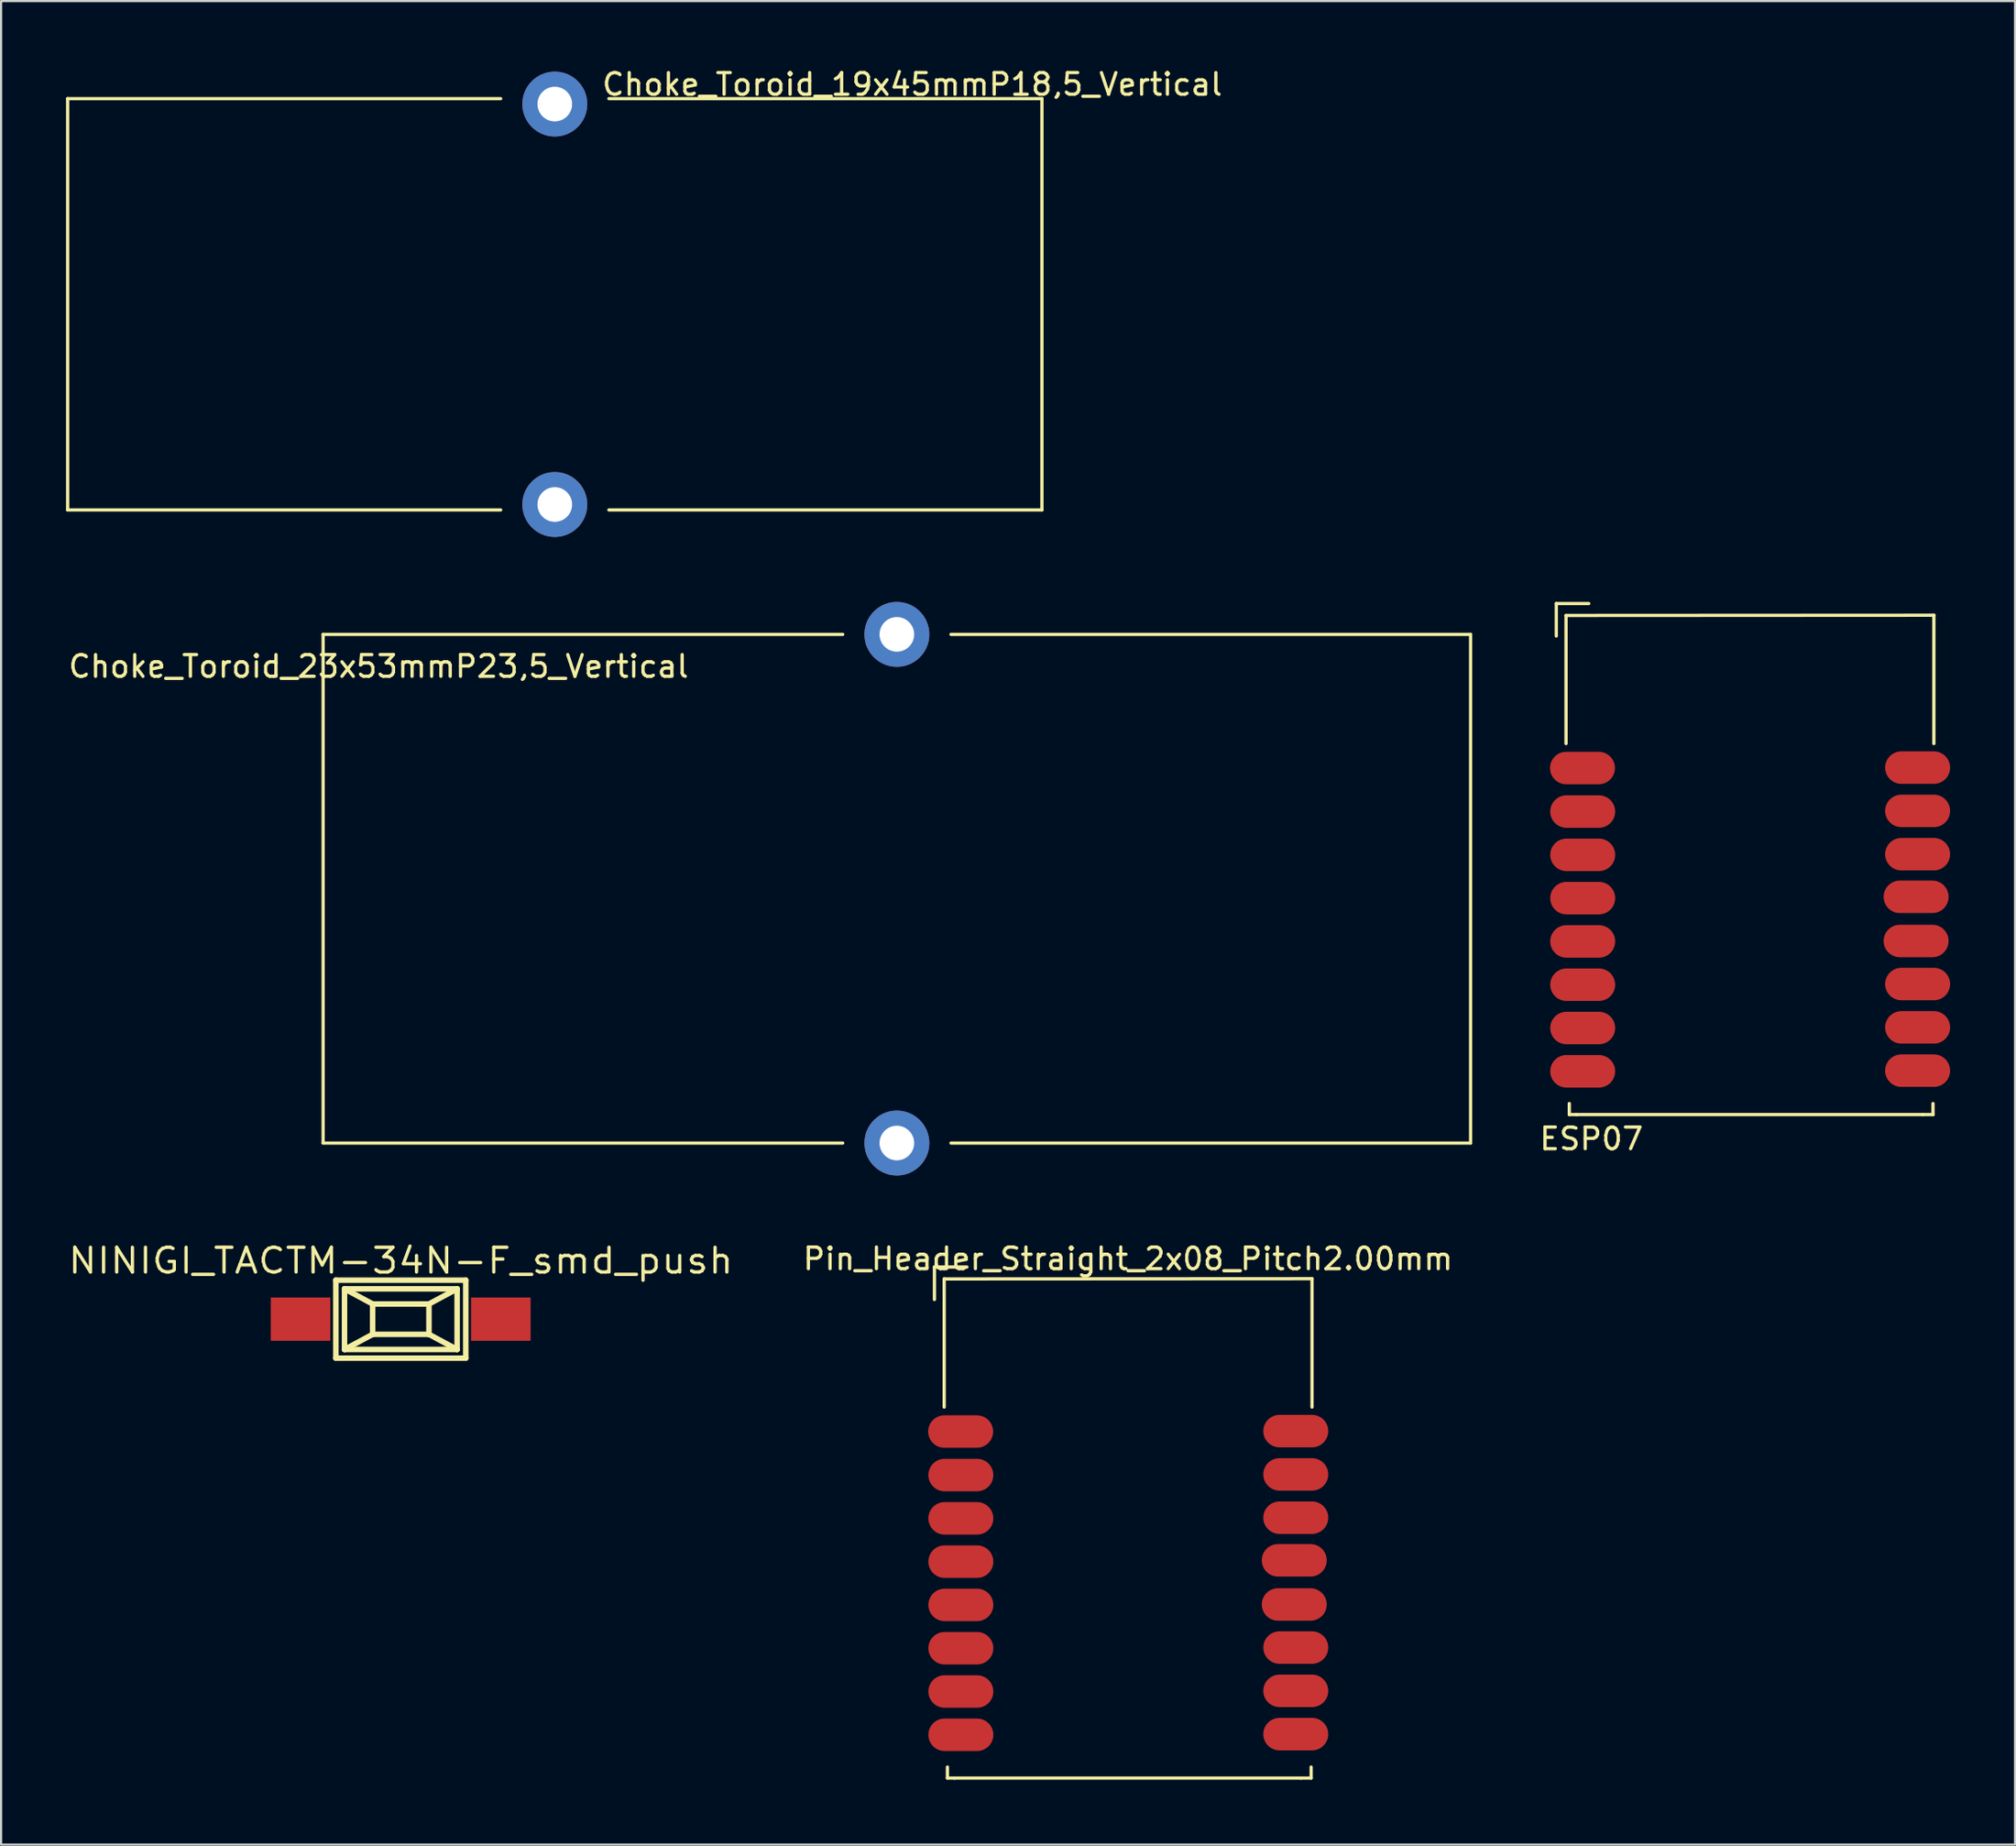
<source format=kicad_pcb>
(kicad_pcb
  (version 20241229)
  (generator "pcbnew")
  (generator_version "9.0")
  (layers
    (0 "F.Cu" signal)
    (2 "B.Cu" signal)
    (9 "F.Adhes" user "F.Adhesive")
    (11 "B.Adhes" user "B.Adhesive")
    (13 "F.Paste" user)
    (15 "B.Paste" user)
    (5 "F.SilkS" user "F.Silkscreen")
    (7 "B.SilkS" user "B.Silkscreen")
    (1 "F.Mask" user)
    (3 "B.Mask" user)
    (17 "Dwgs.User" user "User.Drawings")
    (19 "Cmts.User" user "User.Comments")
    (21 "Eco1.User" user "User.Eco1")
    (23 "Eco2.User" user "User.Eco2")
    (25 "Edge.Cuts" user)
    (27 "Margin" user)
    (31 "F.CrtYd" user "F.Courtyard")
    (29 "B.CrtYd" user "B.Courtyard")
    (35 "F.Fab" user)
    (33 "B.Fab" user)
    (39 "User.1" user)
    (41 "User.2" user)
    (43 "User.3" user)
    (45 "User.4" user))
  (footprint "Pin_Header_Straight_2x08_Pitch2.00mm"
    (layer "F.Cu")
    (at 49.04 67.416)
    (property "Reference" "Pin_Header_Straight_2x08_Pitch2.00mm" (at 0.01 -12.31 0) (layer "F.SilkS") (effects (font (size 1 1) (thickness 0.15))))
    (attr through_hole)
    (fp_line (start -8.93 -11.93) (end -7.43 -11.93) (stroke (width 0.15) (type solid)) (layer "F.SilkS"))
    (fp_line (start -8.93 -10.43) (end -8.93 -11.93) (stroke (width 0.15) (type solid)) (layer "F.SilkS"))
    (fp_line (start -8.48 -11.38) (end 8.51 -11.39) (stroke (width 0.15) (type solid)) (layer "F.SilkS"))
    (fp_line (start -8.48 -5.46) (end -8.48 -11.38) (stroke (width 0.15) (type solid)) (layer "F.SilkS"))
    (fp_line (start -8.33 11.68) (end -8.33 11.17) (stroke (width 0.15) (type solid)) (layer "F.SilkS"))
    (fp_line (start -8 11.68) (end -8.33 11.68) (stroke (width 0.15) (type solid)) (layer "F.SilkS"))
    (fp_line (start -8 11.68) (end 8 11.68) (stroke (width 0.15) (type solid)) (layer "F.SilkS"))
    (fp_line (start 8 11.68) (end 8.47 11.68) (stroke (width 0.15) (type solid)) (layer "F.SilkS"))
    (fp_line (start 8.47 11.68) (end 8.47 11.17) (stroke (width 0.15) (type solid)) (layer "F.SilkS"))
    (fp_line (start 8.51 -11.39) (end 8.51 -5.46) (stroke (width 0.15) (type solid)) (layer "F.SilkS"))
    (pad "1" connect oval (at -7.72 -4.33) (size 3 1.5) (layers "F.Cu" "F.Mask"))
    (pad "2" connect oval (at -7.71 -2.32) (size 3 1.5) (layers "F.Cu" "F.Mask"))
    (pad "3" connect oval (at -7.71 -0.32) (size 3 1.5) (layers "F.Cu" "F.Mask"))
    (pad "4" connect oval (at -7.71 1.68) (size 3 1.5) (layers "F.Cu" "F.Mask"))
    (pad "5" connect oval (at -7.71 3.68) (size 3 1.5) (layers "F.Cu" "F.Mask"))
    (pad "7" connect oval (at -7.71 7.68) (size 3 1.5) (layers "F.Cu" "F.Mask"))
    (pad "8" connect oval (at -7.71 5.68) (size 3 1.5) (layers "F.Cu" "F.Mask"))
    (pad "8" smd oval (at -7.71 9.68) (size 3 1.5) (layers "F.Cu" "F.Mask" "F.Paste"))
    (pad "9" connect oval (at 7.76 9.65) (size 3 1.5) (layers "F.Cu" "F.Mask"))
    (pad "10" connect oval (at 7.76 7.65) (size 3 1.5) (layers "F.Cu" "F.Mask"))
    (pad "11" connect oval (at 7.76 5.65) (size 3 1.5) (layers "F.Cu" "F.Mask"))
    (pad "12" connect oval (at 7.69 3.66) (size 3 1.5) (layers "F.Cu" "F.Mask"))
    (pad "13" connect oval (at 7.69 1.62) (size 3 1.5) (layers "F.Cu" "F.Mask"))
    (pad "14" connect oval (at 7.76 -0.35) (size 3 1.5) (layers "F.Cu" "F.Mask"))
    (pad "15" connect oval (at 7.76 -2.35) (size 3 1.5) (layers "F.Cu" "F.Mask"))
    (pad "16" connect oval (at 7.76 -4.35) (size 3 1.5) (layers "F.Cu" "F.Mask")))
  (footprint "Choke_Toroid_19x45mmP18,5_Vertical"
    (layer "F.Cu")
    (at 22.575 11.008)
    (property "Reference" "Choke_Toroid_19x45mmP18,5_Vertical" (at 16.51 -10.16 0) (layer "F.SilkS") (effects (font (size 1 1) (thickness 0.15))))
    (attr through_hole)
    (fp_line (start -22.5 -9.5) (end -22.5 9.5) (stroke (width 0.15) (type solid)) (layer "F.SilkS"))
    (fp_line (start -22.5 -9.5) (end -2.5 -9.5) (stroke (width 0.15) (type solid)) (layer "F.SilkS"))
    (fp_line (start -22.5 9.5) (end -2.5 9.5) (stroke (width 0.15) (type solid)) (layer "F.SilkS"))
    (fp_line (start 2.5 9.5) (end 22.5 9.5) (stroke (width 0.15) (type solid)) (layer "F.SilkS"))
    (fp_line (start 22.5 -9.5) (end 2.5 -9.5) (stroke (width 0.15) (type solid)) (layer "F.SilkS"))
    (fp_line (start 22.5 9.5) (end 22.5 -9.5) (stroke (width 0.15) (type solid)) (layer "F.SilkS"))
    (pad "1" thru_hole circle (at 0 9.25) (size 3 3) (drill 1.6) (layers "*.Cu" "*.Mask"))
    (pad "2" thru_hole circle (at 0 -9.25) (size 3 3) (drill 1.6) (layers "*.Cu" "*.Mask")))
  (footprint "NINIGI_TACTM-34N-F_smd_push"
    (layer "F.Cu")
    (at 15.463 57.894)
    (property "Reference" "NINIGI_TACTM-34N-F_smd_push" (at 0 -2.7 0) (layer "F.SilkS") (effects (font (size 1.143 1.27) (thickness 0.152))))
    (attr through_hole)
    (fp_line (start -3 -1.801) (end 3 -1.801) (stroke (width 0.254) (type solid)) (layer "F.SilkS"))
    (fp_line (start -3 1.801) (end -3 -1.801) (stroke (width 0.254) (type solid)) (layer "F.SilkS"))
    (fp_line (start -2.601 -1.4) (end -1.3 -0.701) (stroke (width 0.254) (type solid)) (layer "F.SilkS"))
    (fp_line (start -2.601 -1.4) (end 2.601 -1.4) (stroke (width 0.254) (type solid)) (layer "F.SilkS"))
    (fp_line (start -2.601 1.4) (end -2.601 -1.4) (stroke (width 0.254) (type solid)) (layer "F.SilkS"))
    (fp_line (start -1.3 -0.701) (end 1.3 -0.701) (stroke (width 0.254) (type solid)) (layer "F.SilkS"))
    (fp_line (start -1.3 0.701) (end -2.601 1.4) (stroke (width 0.254) (type solid)) (layer "F.SilkS"))
    (fp_line (start -1.3 0.701) (end -1.3 -0.701) (stroke (width 0.254) (type solid)) (layer "F.SilkS"))
    (fp_line (start 1.3 -0.701) (end 1.3 0.701) (stroke (width 0.254) (type solid)) (layer "F.SilkS"))
    (fp_line (start 1.3 -0.701) (end 2.601 -1.4) (stroke (width 0.254) (type solid)) (layer "F.SilkS"))
    (fp_line (start 1.3 0.701) (end -1.3 0.701) (stroke (width 0.254) (type solid)) (layer "F.SilkS"))
    (fp_line (start 1.3 0.701) (end 2.601 1.4) (stroke (width 0.254) (type solid)) (layer "F.SilkS"))
    (fp_line (start 2.601 -1.4) (end 2.601 1.4) (stroke (width 0.254) (type solid)) (layer "F.SilkS"))
    (fp_line (start 2.601 1.4) (end -2.601 1.4) (stroke (width 0.254) (type solid)) (layer "F.SilkS"))
    (fp_line (start 3 -1.801) (end 3 1.801) (stroke (width 0.254) (type solid)) (layer "F.SilkS"))
    (fp_line (start 3 1.801) (end -3 1.801) (stroke (width 0.254) (type solid)) (layer "F.SilkS"))
    (pad "1" smd rect (at -4.63 0) (size 2.75 2) (layers "F.Cu" "F.Mask" "F.Paste"))
    (pad "2" smd rect (at 4.62 0) (size 2.75 2) (layers "F.Cu" "F.Mask" "F.Paste")))
  (footprint "ESP07"
    (layer "F.Cu")
    (at 77.763 36.763)
    (property "Reference" "ESP07" (at -7.308 12.799 180) (layer "F.SilkS") (effects (font (size 1 1) (thickness 0.15))))
    (attr through_hole)
    (fp_line (start -8.93 -11.93) (end -7.43 -11.93) (stroke (width 0.15) (type solid)) (layer "F.SilkS"))
    (fp_line (start -8.93 -10.43) (end -8.93 -11.93) (stroke (width 0.15) (type solid)) (layer "F.SilkS"))
    (fp_line (start -8.48 -11.38) (end 8.51 -11.39) (stroke (width 0.15) (type solid)) (layer "F.SilkS"))
    (fp_line (start -8.48 -5.46) (end -8.48 -11.38) (stroke (width 0.15) (type solid)) (layer "F.SilkS"))
    (fp_line (start -8.33 11.68) (end -8.33 11.17) (stroke (width 0.15) (type solid)) (layer "F.SilkS"))
    (fp_line (start -8 11.68) (end -8.33 11.68) (stroke (width 0.15) (type solid)) (layer "F.SilkS"))
    (fp_line (start -8 11.68) (end 8 11.68) (stroke (width 0.15) (type solid)) (layer "F.SilkS"))
    (fp_line (start 8 11.68) (end 8.47 11.68) (stroke (width 0.15) (type solid)) (layer "F.SilkS"))
    (fp_line (start 8.47 11.68) (end 8.47 11.17) (stroke (width 0.15) (type solid)) (layer "F.SilkS"))
    (fp_line (start 8.51 -11.39) (end 8.51 -5.46) (stroke (width 0.15) (type solid)) (layer "F.SilkS"))
    (pad "1" connect oval (at -7.72 -4.33) (size 3 1.5) (layers "F.Cu" "F.Mask"))
    (pad "2" connect oval (at -7.71 -2.32) (size 3 1.5) (layers "F.Cu" "F.Mask"))
    (pad "3" connect oval (at -7.71 -0.32) (size 3 1.5) (layers "F.Cu" "F.Mask"))
    (pad "4" connect oval (at -7.71 1.68) (size 3 1.5) (layers "F.Cu" "F.Mask"))
    (pad "5" connect oval (at -7.71 3.68) (size 3 1.5) (layers "F.Cu" "F.Mask"))
    (pad "6" connect oval (at -7.71 5.68) (size 3 1.5) (layers "F.Cu" "F.Mask"))
    (pad "7" connect oval (at -7.71 7.68) (size 3 1.5) (layers "F.Cu" "F.Mask"))
    (pad "8" smd oval (at -7.71 9.68) (size 3 1.5) (layers "F.Cu" "F.Mask" "F.Paste"))
    (pad "9" connect oval (at 7.76 9.65) (size 3 1.5) (layers "F.Cu" "F.Mask"))
    (pad "10" connect oval (at 7.76 7.65) (size 3 1.5) (layers "F.Cu" "F.Mask"))
    (pad "11" connect oval (at 7.76 5.65) (size 3 1.5) (layers "F.Cu" "F.Mask"))
    (pad "12" connect oval (at 7.69 3.66) (size 3 1.5) (layers "F.Cu" "F.Mask"))
    (pad "13" connect oval (at 7.69 1.62) (size 3 1.5) (layers "F.Cu" "F.Mask"))
    (pad "14" connect oval (at 7.76 -0.35) (size 3 1.5) (layers "F.Cu" "F.Mask"))
    (pad "15" connect oval (at 7.76 -2.35) (size 3 1.5) (layers "F.Cu" "F.Mask"))
    (pad "16" connect oval (at 7.76 -4.35) (size 3 1.5) (layers "F.Cu" "F.Mask")))
  (footprint "Choke_Toroid_23x53mmP23,5_Vertical"
    (layer "F.Cu")
    (at 38.375 38.008)
    (property "Reference" "Choke_Toroid_23x53mmP23,5_Vertical" (at -23.94 -10.27 0) (layer "F.SilkS") (effects (font (size 1 1) (thickness 0.15))))
    (attr through_hole)
    (fp_line (start -26.5 -11.75) (end -26.5 11.75) (stroke (width 0.15) (type solid)) (layer "F.SilkS"))
    (fp_line (start -26.5 -11.75) (end -2.5 -11.75) (stroke (width 0.15) (type solid)) (layer "F.SilkS"))
    (fp_line (start -26.5 11.75) (end -2.5 11.75) (stroke (width 0.15) (type solid)) (layer "F.SilkS"))
    (fp_line (start 2.5 11.75) (end 26.5 11.75) (stroke (width 0.15) (type solid)) (layer "F.SilkS"))
    (fp_line (start 26.5 -11.75) (end 2.5 -11.75) (stroke (width 0.15) (type solid)) (layer "F.SilkS"))
    (fp_line (start 26.5 11.75) (end 26.5 -11.75) (stroke (width 0.15) (type solid)) (layer "F.SilkS"))
    (pad "1" thru_hole circle (at 0 11.75) (size 3 3) (drill 1.6) (layers "*.Cu" "*.Mask"))
    (pad "2" thru_hole circle (at 0 -11.75) (size 3 3) (drill 1.6) (layers "*.Cu" "*.Mask")))
  (gr_rect
    (start -3 -3)
    (end 90.023 82.171)
    (stroke (width 0.1) (type default))
    (fill no)
    (layer "Edge.Cuts")))
</source>
